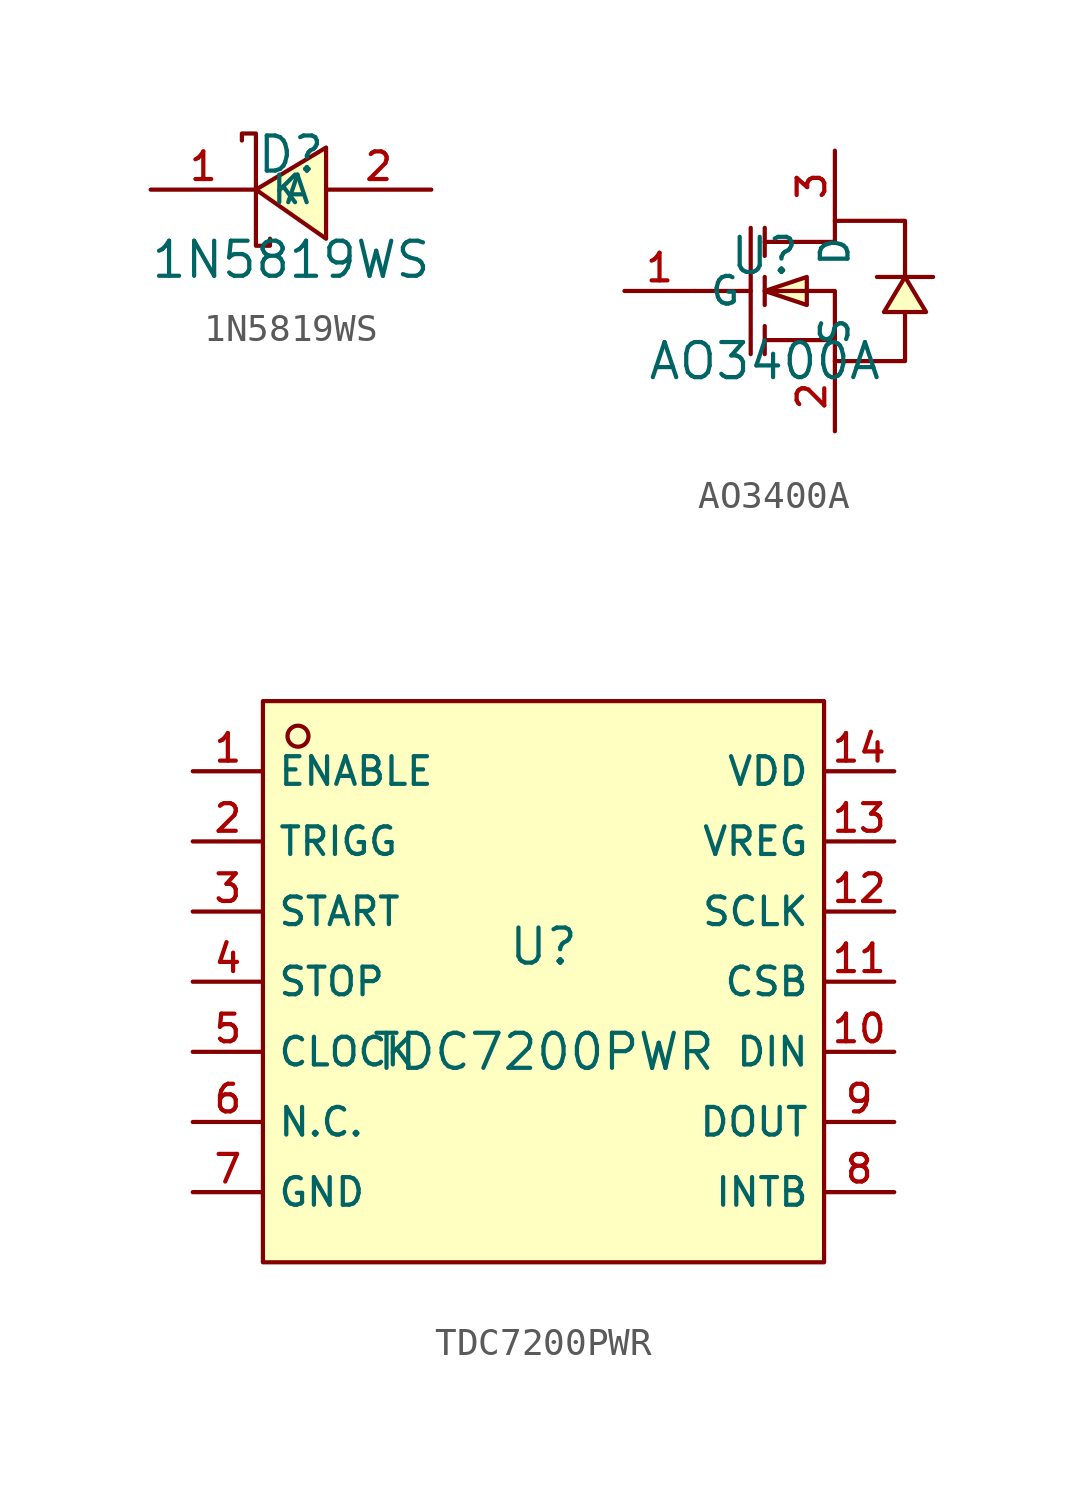
<source format=kicad_sym>
(kicad_symbol_lib
  (version 20241209)
  (generator "kicad_symbol_editor")
  (generator_version "9.0")
  (symbol "1N5819WS"
    (property "Reference" "D"
      (at 0 1.27 0)
      (effects (font (size 1.27 1.27))))
    (property "Value" "1N5819WS"
      (at 0 -2.54 0)
      (effects (font (size 1.27 1.27))))
    (symbol "1N5819WS_0_1"
      (polyline (pts (xy -1.27 0) (xy -1.27 2.032) (xy -1.778 2.032) (xy -1.778 1.778)) (stroke (width 0) (type default)) (fill (type none)))
      (polyline (pts (xy -1.27 0) (xy -1.27 -2.032) (xy -0.762 -2.032) (xy -0.762 -1.778)) (stroke (width 0) (type default)) (fill (type none)))
      (polyline (pts (xy 1.27 1.524) (xy -1.27 0) (xy 1.27 -1.778) (xy 1.27 1.524)) (stroke (width 0) (type default)) (fill (type background)))
      (pin unspecified line (at -5.08 0 0) (length 3.81) (name "K" (effects (font (size 1 1)))) (number "1" (effects (font (size 1 1)))))
      (pin unspecified line (at 5.08 0 180) (length 3.81) (name "A" (effects (font (size 1 1)))) (number "2" (effects (font (size 1 1)))))))
  (symbol "AO3400A"
    (property "Reference" "U"
      (at 0 1.27 0)
      (effects (font (size 1.27 1.27))))
    (property "Value" "AO3400A"
      (at 0 -2.54 0)
      (effects (font (size 1.27 1.27))))
    (symbol "AO3400A_0_1"
      (polyline (pts (xy -2.54 0) (xy -0.508 0)) (stroke (width 0) (type default)) (fill (type none)))
      (polyline (pts (xy -0.508 2.286) (xy -0.508 -2.286)) (stroke (width 0) (type default)) (fill (type none)))
      (polyline (pts (xy 0 2.286) (xy 0 1.27)) (stroke (width 0) (type default)) (fill (type none)))
      (polyline (pts (xy 0 1.778) (xy 2.54 1.778) (xy 2.54 2.54) (xy 5.08 2.54) (xy 5.08 0.508)) (stroke (width 0) (type default)) (fill (type none)))
      (polyline (pts (xy 0 0) (xy 1.524 -0.508) (xy 1.524 0.508) (xy 0 0)) (stroke (width 0) (type default)) (fill (type background)))
      (polyline (pts (xy 0 0) (xy 2.54 0) (xy 2.54 -2.54) (xy 5.08 -2.54) (xy 5.08 -0.762)) (stroke (width 0) (type default)) (fill (type none)))
      (polyline (pts (xy 0 -0.508) (xy 0 0.508)) (stroke (width 0) (type default)) (fill (type none)))
      (polyline (pts (xy 0 -2.286) (xy 0 -1.27)) (stroke (width 0) (type default)) (fill (type none)))
      (polyline (pts (xy 2.54 -1.778) (xy 0 -1.778)) (stroke (width 0) (type default)) (fill (type none)))
      (polyline (pts (xy 5.08 0.508) (xy 4.318 -0.762) (xy 5.842 -0.762) (xy 5.08 0.508)) (stroke (width 0) (type default)) (fill (type background)))
      (polyline (pts (xy 6.096 0.508) (xy 5.588 0.508) (xy 4.572 0.508) (xy 4.064 0.508)) (stroke (width 0) (type default)) (fill (type none)))
      (pin unspecified line (at -5.08 0 0) (length 2.54) (name "G" (effects (font (size 1 1)))) (number "1" (effects (font (size 1 1)))))
      (pin unspecified line (at 2.54 5.08 270) (length 2.54) (name "D" (effects (font (size 1 1)))) (number "3" (effects (font (size 1 1)))))
      (pin unspecified line (at 2.54 -5.08 90) (length 2.54) (name "S" (effects (font (size 1 1)))) (number "2" (effects (font (size 1 1)))))))
  (symbol "TDC7200PWR"
    (property "Reference" "U"
      (at 0 1.27 0)
      (effects (font (size 1.27 1.27))))
    (property "Value" "TDC7200PWR"
      (at 0 -2.54 0)
      (effects (font (size 1.27 1.27))))
    (symbol "TDC7200PWR_0_1"
      (rectangle (start -10.16 10.16) (end 10.16 -10.16) (stroke (width 0) (type default)) (fill (type background)))
      (circle (center -8.89 8.89) (radius 0.381) (stroke (width 0) (type default)) (fill (type background)))
      (pin unspecified line (at -12.7 7.62 0) (length 2.54) (name "ENABLE" (effects (font (size 1 1)))) (number "1" (effects (font (size 1 1)))))
      (pin unspecified line (at -12.7 5.08 0) (length 2.54) (name "TRIGG" (effects (font (size 1 1)))) (number "2" (effects (font (size 1 1)))))
      (pin unspecified line (at -12.7 2.54 0) (length 2.54) (name "START" (effects (font (size 1 1)))) (number "3" (effects (font (size 1 1)))))
      (pin unspecified line (at -12.7 0 0) (length 2.54) (name "STOP" (effects (font (size 1 1)))) (number "4" (effects (font (size 1 1)))))
      (pin unspecified line (at -12.7 -2.54 0) (length 2.54) (name "CLOCK" (effects (font (size 1 1)))) (number "5" (effects (font (size 1 1)))))
      (pin unspecified line (at -12.7 -5.08 0) (length 2.54) (name "N.C." (effects (font (size 1 1)))) (number "6" (effects (font (size 1 1)))))
      (pin unspecified line (at -12.7 -7.62 0) (length 2.54) (name "GND" (effects (font (size 1 1)))) (number "7" (effects (font (size 1 1)))))
      (pin unspecified line (at 12.7 7.62 180) (length 2.54) (name "VDD" (effects (font (size 1 1)))) (number "14" (effects (font (size 1 1)))))
      (pin unspecified line (at 12.7 5.08 180) (length 2.54) (name "VREG" (effects (font (size 1 1)))) (number "13" (effects (font (size 1 1)))))
      (pin unspecified line (at 12.7 2.54 180) (length 2.54) (name "SCLK" (effects (font (size 1 1)))) (number "12" (effects (font (size 1 1)))))
      (pin unspecified line (at 12.7 0 180) (length 2.54) (name "CSB" (effects (font (size 1 1)))) (number "11" (effects (font (size 1 1)))))
      (pin unspecified line (at 12.7 -2.54 180) (length 2.54) (name "DIN" (effects (font (size 1 1)))) (number "10" (effects (font (size 1 1)))))
      (pin unspecified line (at 12.7 -5.08 180) (length 2.54) (name "DOUT" (effects (font (size 1 1)))) (number "9" (effects (font (size 1 1)))))
      (pin unspecified line (at 12.7 -7.62 180) (length 2.54) (name "INTB" (effects (font (size 1 1)))) (number "8" (effects (font (size 1 1))))))))
</source>
